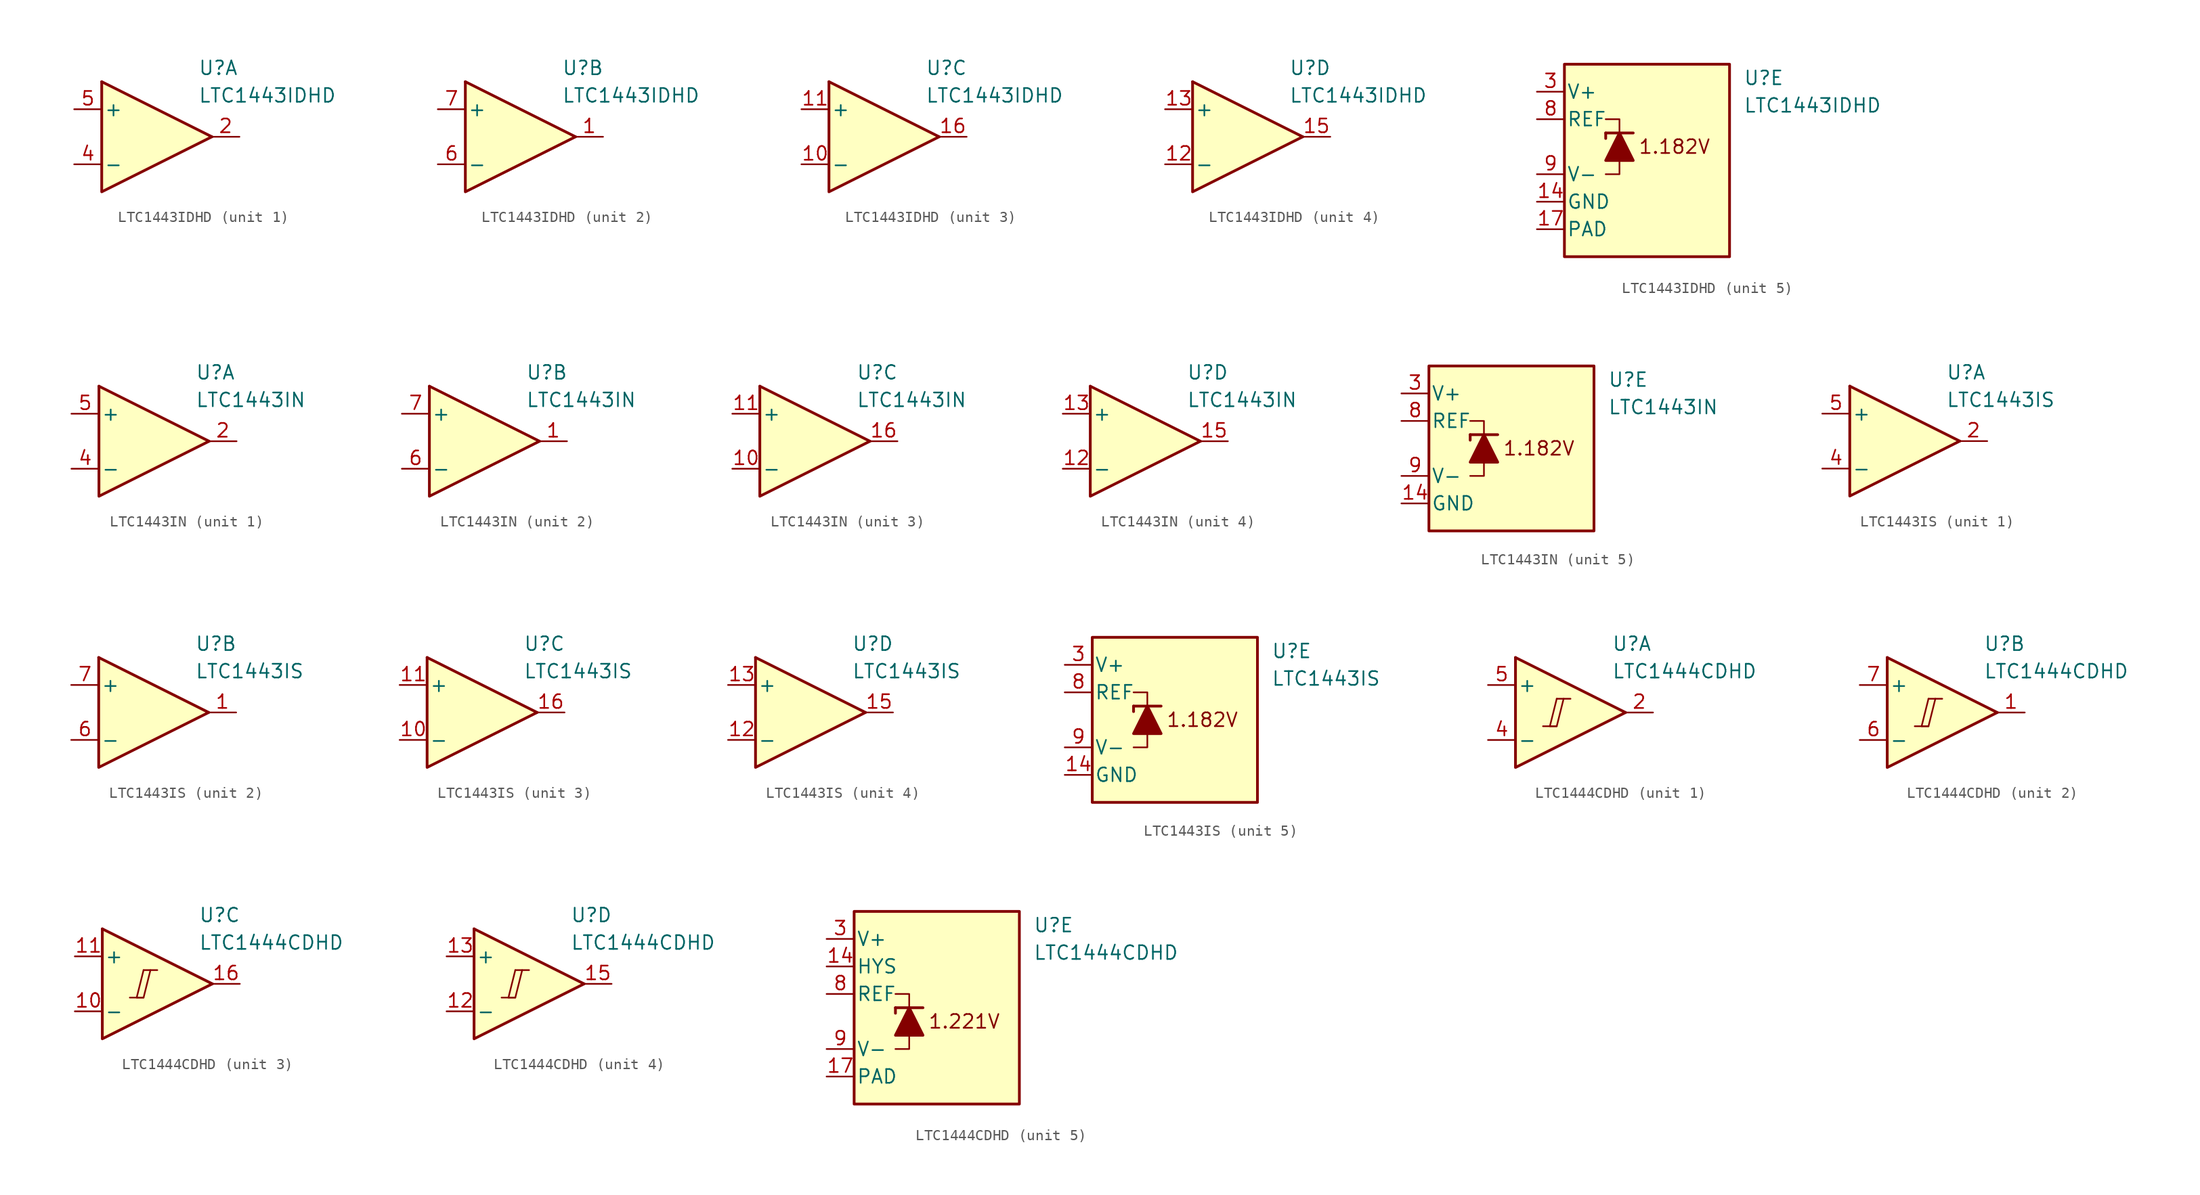
<source format=kicad_sym>
(kicad_symbol_lib
  (version 20231120)
  (generator "kicad_symbol_editor")
  (generator_version "8.0")
  (symbol "LTC1443IDHD"
    (pin_names
      (offset 0.2))
    (property "Reference" "U"
      (at 5.08 6.35 0)
      (effects (font (size 1.27 1.27)) (justify left)))
    (property "Value" "LTC1443IDHD"
      (at 5.08 3.81 0)
      (effects (font (size 1.27 1.27)) (justify left)))
    (property "ki_locked" ""
      (at 0 0 0)
      (effects (font (size 1.27 1.27))))
    (symbol "LTC1443IDHD_1_1"
      (polyline (pts (xy -3.81 5.08) (xy 6.35 0)) (stroke (width 0.254) (type default)) (fill (type none)))
      (polyline (pts (xy -3.81 5.08) (xy -3.81 -5.08) (xy 6.35 0)) (stroke (width 0.254) (type default)) (fill (type background)))
      (pin output line (at 8.89 0 180) (length 2.54) (name "~" (effects (font (size 1.27 1.27)))) (number "2" (effects (font (size 1.27 1.27)))))
      (pin input line (at -6.35 -2.54 0) (length 2.54) (name "-" (effects (font (size 1.27 1.27)))) (number "4" (effects (font (size 1.27 1.27)))))
      (pin input line (at -6.35 2.54 0) (length 2.54) (name "+" (effects (font (size 1.27 1.27)))) (number "5" (effects (font (size 1.27 1.27))))))
    (symbol "LTC1443IDHD_2_1"
      (polyline (pts (xy -3.81 5.08) (xy 6.35 0)) (stroke (width 0.254) (type default)) (fill (type none)))
      (polyline (pts (xy -3.81 5.08) (xy -3.81 -5.08) (xy 6.35 0)) (stroke (width 0.254) (type default)) (fill (type background)))
      (pin output line (at 8.89 0 180) (length 2.54) (name "~" (effects (font (size 1.27 1.27)))) (number "1" (effects (font (size 1.27 1.27)))))
      (pin input line (at -6.35 -2.54 0) (length 2.54) (name "-" (effects (font (size 1.27 1.27)))) (number "6" (effects (font (size 1.27 1.27)))))
      (pin input line (at -6.35 2.54 0) (length 2.54) (name "+" (effects (font (size 1.27 1.27)))) (number "7" (effects (font (size 1.27 1.27))))))
    (symbol "LTC1443IDHD_3_1"
      (polyline (pts (xy -3.81 5.08) (xy 6.35 0)) (stroke (width 0.254) (type default)) (fill (type none)))
      (polyline (pts (xy -3.81 5.08) (xy -3.81 -5.08) (xy 6.35 0)) (stroke (width 0.254) (type default)) (fill (type background)))
      (pin input line (at -6.35 -2.54 0) (length 2.54) (name "-" (effects (font (size 1.27 1.27)))) (number "10" (effects (font (size 1.27 1.27)))))
      (pin input line (at -6.35 2.54 0) (length 2.54) (name "+" (effects (font (size 1.27 1.27)))) (number "11" (effects (font (size 1.27 1.27)))))
      (pin output line (at 8.89 0 180) (length 2.54) (name "~" (effects (font (size 1.27 1.27)))) (number "16" (effects (font (size 1.27 1.27))))))
    (symbol "LTC1443IDHD_4_1"
      (polyline (pts (xy -3.81 5.08) (xy 6.35 0)) (stroke (width 0.254) (type default)) (fill (type none)))
      (polyline (pts (xy -3.81 5.08) (xy -3.81 -5.08) (xy 6.35 0)) (stroke (width 0.254) (type default)) (fill (type background)))
      (pin input line (at -6.35 -2.54 0) (length 2.54) (name "-" (effects (font (size 1.27 1.27)))) (number "12" (effects (font (size 1.27 1.27)))))
      (pin input line (at -6.35 2.54 0) (length 2.54) (name "+" (effects (font (size 1.27 1.27)))) (number "13" (effects (font (size 1.27 1.27)))))
      (pin output line (at 8.89 0 180) (length 2.54) (name "~" (effects (font (size 1.27 1.27)))) (number "15" (effects (font (size 1.27 1.27))))))
    (symbol "LTC1443IDHD_5_0"
      (text "1.182V" (at -1.27 0 0) (effects (font (size 1.27 1.27)))))
    (symbol "LTC1443IDHD_5_1"
      (rectangle (start -11.43 7.62) (end 3.81 -10.16) (stroke (width 0.254) (type default)) (fill (type background)))
      (polyline (pts (xy -7.62 1.27) (xy -7.62 0.762)) (stroke (width 0.254) (type default)) (fill (type none)))
      (polyline (pts (xy -7.62 1.27) (xy -5.08 1.27)) (stroke (width 0.254) (type default)) (fill (type none)))
      (polyline (pts (xy -6.35 -1.27) (xy -6.35 -2.54) (xy -7.62 -2.54)) (stroke (width 0) (type default)) (fill (type none)))
      (polyline (pts (xy -6.35 1.27) (xy -6.35 2.54) (xy -7.62 2.54)) (stroke (width 0) (type default)) (fill (type none)))
      (polyline (pts (xy -5.08 -1.27) (xy -7.62 -1.27) (xy -6.35 1.27) (xy -5.08 -1.27)) (stroke (width 0.254) (type default)) (fill (type outline)))
      (pin power_in line (at -13.97 -5.08 0) (length 2.54) (name "GND" (effects (font (size 1.27 1.27)))) (number "14" (effects (font (size 1.27 1.27)))))
      (pin power_in line (at -13.97 -7.62 0) (length 2.54) (name "PAD" (effects (font (size 1.27 1.27)))) (number "17" (effects (font (size 1.27 1.27)))))
      (pin power_in line (at -13.97 5.08 0) (length 2.54) (name "V+" (effects (font (size 1.27 1.27)))) (number "3" (effects (font (size 1.27 1.27)))))
      (pin output line (at -13.97 2.54 0) (length 2.54) (name "REF" (effects (font (size 1.27 1.27)))) (number "8" (effects (font (size 1.27 1.27)))))
      (pin power_in line (at -13.97 -2.54 0) (length 2.54) (name "V-" (effects (font (size 1.27 1.27)))) (number "9" (effects (font (size 1.27 1.27)))))))
  (symbol "LTC1443IN"
    (pin_names
      (offset 0.2))
    (property "Reference" "U"
      (at 5.08 6.35 0)
      (effects (font (size 1.27 1.27)) (justify left)))
    (property "Value" "LTC1443IN"
      (at 5.08 3.81 0)
      (effects (font (size 1.27 1.27)) (justify left)))
    (property "ki_locked" ""
      (at 0 0 0)
      (effects (font (size 1.27 1.27))))
    (symbol "LTC1443IN_1_1"
      (polyline (pts (xy -3.81 5.08) (xy 6.35 0)) (stroke (width 0.254) (type default)) (fill (type none)))
      (polyline (pts (xy -3.81 5.08) (xy -3.81 -5.08) (xy 6.35 0)) (stroke (width 0.254) (type default)) (fill (type background)))
      (pin output line (at 8.89 0 180) (length 2.54) (name "~" (effects (font (size 1.27 1.27)))) (number "2" (effects (font (size 1.27 1.27)))))
      (pin input line (at -6.35 -2.54 0) (length 2.54) (name "-" (effects (font (size 1.27 1.27)))) (number "4" (effects (font (size 1.27 1.27)))))
      (pin input line (at -6.35 2.54 0) (length 2.54) (name "+" (effects (font (size 1.27 1.27)))) (number "5" (effects (font (size 1.27 1.27))))))
    (symbol "LTC1443IN_2_1"
      (polyline (pts (xy -3.81 5.08) (xy 6.35 0)) (stroke (width 0.254) (type default)) (fill (type none)))
      (polyline (pts (xy -3.81 5.08) (xy -3.81 -5.08) (xy 6.35 0)) (stroke (width 0.254) (type default)) (fill (type background)))
      (pin output line (at 8.89 0 180) (length 2.54) (name "~" (effects (font (size 1.27 1.27)))) (number "1" (effects (font (size 1.27 1.27)))))
      (pin input line (at -6.35 -2.54 0) (length 2.54) (name "-" (effects (font (size 1.27 1.27)))) (number "6" (effects (font (size 1.27 1.27)))))
      (pin input line (at -6.35 2.54 0) (length 2.54) (name "+" (effects (font (size 1.27 1.27)))) (number "7" (effects (font (size 1.27 1.27))))))
    (symbol "LTC1443IN_3_1"
      (polyline (pts (xy -3.81 5.08) (xy 6.35 0)) (stroke (width 0.254) (type default)) (fill (type none)))
      (polyline (pts (xy -3.81 5.08) (xy -3.81 -5.08) (xy 6.35 0)) (stroke (width 0.254) (type default)) (fill (type background)))
      (pin input line (at -6.35 -2.54 0) (length 2.54) (name "-" (effects (font (size 1.27 1.27)))) (number "10" (effects (font (size 1.27 1.27)))))
      (pin input line (at -6.35 2.54 0) (length 2.54) (name "+" (effects (font (size 1.27 1.27)))) (number "11" (effects (font (size 1.27 1.27)))))
      (pin output line (at 8.89 0 180) (length 2.54) (name "~" (effects (font (size 1.27 1.27)))) (number "16" (effects (font (size 1.27 1.27))))))
    (symbol "LTC1443IN_4_1"
      (polyline (pts (xy -3.81 5.08) (xy 6.35 0)) (stroke (width 0.254) (type default)) (fill (type none)))
      (polyline (pts (xy -3.81 5.08) (xy -3.81 -5.08) (xy 6.35 0)) (stroke (width 0.254) (type default)) (fill (type background)))
      (pin input line (at -6.35 -2.54 0) (length 2.54) (name "-" (effects (font (size 1.27 1.27)))) (number "12" (effects (font (size 1.27 1.27)))))
      (pin input line (at -6.35 2.54 0) (length 2.54) (name "+" (effects (font (size 1.27 1.27)))) (number "13" (effects (font (size 1.27 1.27)))))
      (pin output line (at 8.89 0 180) (length 2.54) (name "~" (effects (font (size 1.27 1.27)))) (number "15" (effects (font (size 1.27 1.27))))))
    (symbol "LTC1443IN_5_0"
      (text "1.182V" (at -1.27 0 0) (effects (font (size 1.27 1.27)))))
    (symbol "LTC1443IN_5_1"
      (rectangle (start -11.43 7.62) (end 3.81 -7.62) (stroke (width 0.254) (type default)) (fill (type background)))
      (polyline (pts (xy -7.62 1.27) (xy -7.62 0.762)) (stroke (width 0.254) (type default)) (fill (type none)))
      (polyline (pts (xy -7.62 1.27) (xy -5.08 1.27)) (stroke (width 0.254) (type default)) (fill (type none)))
      (polyline (pts (xy -6.35 -1.27) (xy -6.35 -2.54) (xy -7.62 -2.54)) (stroke (width 0) (type default)) (fill (type none)))
      (polyline (pts (xy -6.35 1.27) (xy -6.35 2.54) (xy -7.62 2.54)) (stroke (width 0) (type default)) (fill (type none)))
      (polyline (pts (xy -5.08 -1.27) (xy -7.62 -1.27) (xy -6.35 1.27) (xy -5.08 -1.27)) (stroke (width 0.254) (type default)) (fill (type outline)))
      (pin power_in line (at -13.97 -5.08 0) (length 2.54) (name "GND" (effects (font (size 1.27 1.27)))) (number "14" (effects (font (size 1.27 1.27)))))
      (pin power_in line (at -13.97 5.08 0) (length 2.54) (name "V+" (effects (font (size 1.27 1.27)))) (number "3" (effects (font (size 1.27 1.27)))))
      (pin output line (at -13.97 2.54 0) (length 2.54) (name "REF" (effects (font (size 1.27 1.27)))) (number "8" (effects (font (size 1.27 1.27)))))
      (pin power_in line (at -13.97 -2.54 0) (length 2.54) (name "V-" (effects (font (size 1.27 1.27)))) (number "9" (effects (font (size 1.27 1.27)))))))
  (symbol "LTC1443IS"
    (pin_names
      (offset 0.2))
    (property "Reference" "U"
      (at 5.08 6.35 0)
      (effects (font (size 1.27 1.27)) (justify left)))
    (property "Value" "LTC1443IS"
      (at 5.08 3.81 0)
      (effects (font (size 1.27 1.27)) (justify left)))
    (property "ki_locked" ""
      (at 0 0 0)
      (effects (font (size 1.27 1.27))))
    (symbol "LTC1443IS_1_1"
      (polyline (pts (xy -3.81 5.08) (xy 6.35 0)) (stroke (width 0.254) (type default)) (fill (type none)))
      (polyline (pts (xy -3.81 5.08) (xy -3.81 -5.08) (xy 6.35 0)) (stroke (width 0.254) (type default)) (fill (type background)))
      (pin output line (at 8.89 0 180) (length 2.54) (name "~" (effects (font (size 1.27 1.27)))) (number "2" (effects (font (size 1.27 1.27)))))
      (pin input line (at -6.35 -2.54 0) (length 2.54) (name "-" (effects (font (size 1.27 1.27)))) (number "4" (effects (font (size 1.27 1.27)))))
      (pin input line (at -6.35 2.54 0) (length 2.54) (name "+" (effects (font (size 1.27 1.27)))) (number "5" (effects (font (size 1.27 1.27))))))
    (symbol "LTC1443IS_2_1"
      (polyline (pts (xy -3.81 5.08) (xy 6.35 0)) (stroke (width 0.254) (type default)) (fill (type none)))
      (polyline (pts (xy -3.81 5.08) (xy -3.81 -5.08) (xy 6.35 0)) (stroke (width 0.254) (type default)) (fill (type background)))
      (pin output line (at 8.89 0 180) (length 2.54) (name "~" (effects (font (size 1.27 1.27)))) (number "1" (effects (font (size 1.27 1.27)))))
      (pin input line (at -6.35 -2.54 0) (length 2.54) (name "-" (effects (font (size 1.27 1.27)))) (number "6" (effects (font (size 1.27 1.27)))))
      (pin input line (at -6.35 2.54 0) (length 2.54) (name "+" (effects (font (size 1.27 1.27)))) (number "7" (effects (font (size 1.27 1.27))))))
    (symbol "LTC1443IS_3_1"
      (polyline (pts (xy -3.81 5.08) (xy 6.35 0)) (stroke (width 0.254) (type default)) (fill (type none)))
      (polyline (pts (xy -3.81 5.08) (xy -3.81 -5.08) (xy 6.35 0)) (stroke (width 0.254) (type default)) (fill (type background)))
      (pin input line (at -6.35 -2.54 0) (length 2.54) (name "-" (effects (font (size 1.27 1.27)))) (number "10" (effects (font (size 1.27 1.27)))))
      (pin input line (at -6.35 2.54 0) (length 2.54) (name "+" (effects (font (size 1.27 1.27)))) (number "11" (effects (font (size 1.27 1.27)))))
      (pin output line (at 8.89 0 180) (length 2.54) (name "~" (effects (font (size 1.27 1.27)))) (number "16" (effects (font (size 1.27 1.27))))))
    (symbol "LTC1443IS_4_1"
      (polyline (pts (xy -3.81 5.08) (xy 6.35 0)) (stroke (width 0.254) (type default)) (fill (type none)))
      (polyline (pts (xy -3.81 5.08) (xy -3.81 -5.08) (xy 6.35 0)) (stroke (width 0.254) (type default)) (fill (type background)))
      (pin input line (at -6.35 -2.54 0) (length 2.54) (name "-" (effects (font (size 1.27 1.27)))) (number "12" (effects (font (size 1.27 1.27)))))
      (pin input line (at -6.35 2.54 0) (length 2.54) (name "+" (effects (font (size 1.27 1.27)))) (number "13" (effects (font (size 1.27 1.27)))))
      (pin output line (at 8.89 0 180) (length 2.54) (name "~" (effects (font (size 1.27 1.27)))) (number "15" (effects (font (size 1.27 1.27))))))
    (symbol "LTC1443IS_5_0"
      (text "1.182V" (at -1.27 0 0) (effects (font (size 1.27 1.27)))))
    (symbol "LTC1443IS_5_1"
      (rectangle (start -11.43 7.62) (end 3.81 -7.62) (stroke (width 0.254) (type default)) (fill (type background)))
      (polyline (pts (xy -7.62 1.27) (xy -7.62 0.762)) (stroke (width 0.254) (type default)) (fill (type none)))
      (polyline (pts (xy -7.62 1.27) (xy -5.08 1.27)) (stroke (width 0.254) (type default)) (fill (type none)))
      (polyline (pts (xy -6.35 -1.27) (xy -6.35 -2.54) (xy -7.62 -2.54)) (stroke (width 0) (type default)) (fill (type none)))
      (polyline (pts (xy -6.35 1.27) (xy -6.35 2.54) (xy -7.62 2.54)) (stroke (width 0) (type default)) (fill (type none)))
      (polyline (pts (xy -5.08 -1.27) (xy -7.62 -1.27) (xy -6.35 1.27) (xy -5.08 -1.27)) (stroke (width 0.254) (type default)) (fill (type outline)))
      (pin power_in line (at -13.97 -5.08 0) (length 2.54) (name "GND" (effects (font (size 1.27 1.27)))) (number "14" (effects (font (size 1.27 1.27)))))
      (pin power_in line (at -13.97 5.08 0) (length 2.54) (name "V+" (effects (font (size 1.27 1.27)))) (number "3" (effects (font (size 1.27 1.27)))))
      (pin output line (at -13.97 2.54 0) (length 2.54) (name "REF" (effects (font (size 1.27 1.27)))) (number "8" (effects (font (size 1.27 1.27)))))
      (pin power_in line (at -13.97 -2.54 0) (length 2.54) (name "V-" (effects (font (size 1.27 1.27)))) (number "9" (effects (font (size 1.27 1.27)))))))
  (symbol "LTC1444CDHD"
    (pin_names
      (offset 0.2))
    (property "Reference" "U"
      (at 5.08 6.35 0)
      (effects (font (size 1.27 1.27)) (justify left)))
    (property "Value" "LTC1444CDHD"
      (at 5.08 3.81 0)
      (effects (font (size 1.27 1.27)) (justify left)))
    (property "ki_locked" ""
      (at 0 0 0)
      (effects (font (size 1.27 1.27))))
    (symbol "LTC1444CDHD_1_0"
      (polyline (pts (xy -1.27 -1.27) (xy 0 -1.27)) (stroke (width 0.152) (type default)) (fill (type none)))
      (polyline (pts (xy 0 1.27) (xy 1.27 1.27)) (stroke (width 0.152) (type default)) (fill (type none)))
      (polyline (pts (xy 0 1.27) (xy -0.635 -1.27) (xy 0 -1.27) (xy 0.635 1.27)) (stroke (width 0.152) (type default)) (fill (type none))))
    (symbol "LTC1444CDHD_1_1"
      (polyline (pts (xy -3.81 5.08) (xy 6.35 0)) (stroke (width 0.254) (type default)) (fill (type none)))
      (polyline (pts (xy -3.81 5.08) (xy -3.81 -5.08) (xy 6.35 0)) (stroke (width 0.254) (type default)) (fill (type background)))
      (pin output line (at 8.89 0 180) (length 2.54) (name "~" (effects (font (size 1.27 1.27)))) (number "2" (effects (font (size 1.27 1.27)))))
      (pin input line (at -6.35 -2.54 0) (length 2.54) (name "-" (effects (font (size 1.27 1.27)))) (number "4" (effects (font (size 1.27 1.27)))))
      (pin input line (at -6.35 2.54 0) (length 2.54) (name "+" (effects (font (size 1.27 1.27)))) (number "5" (effects (font (size 1.27 1.27))))))
    (symbol "LTC1444CDHD_2_0"
      (polyline (pts (xy -1.27 -1.27) (xy 0 -1.27)) (stroke (width 0.152) (type default)) (fill (type none)))
      (polyline (pts (xy 0 1.27) (xy 1.27 1.27)) (stroke (width 0.152) (type default)) (fill (type none)))
      (polyline (pts (xy 0 1.27) (xy -0.635 -1.27) (xy 0 -1.27) (xy 0.635 1.27)) (stroke (width 0.152) (type default)) (fill (type none))))
    (symbol "LTC1444CDHD_2_1"
      (polyline (pts (xy -3.81 5.08) (xy 6.35 0)) (stroke (width 0.254) (type default)) (fill (type none)))
      (polyline (pts (xy -3.81 5.08) (xy -3.81 -5.08) (xy 6.35 0)) (stroke (width 0.254) (type default)) (fill (type background)))
      (pin output line (at 8.89 0 180) (length 2.54) (name "~" (effects (font (size 1.27 1.27)))) (number "1" (effects (font (size 1.27 1.27)))))
      (pin input line (at -6.35 -2.54 0) (length 2.54) (name "-" (effects (font (size 1.27 1.27)))) (number "6" (effects (font (size 1.27 1.27)))))
      (pin input line (at -6.35 2.54 0) (length 2.54) (name "+" (effects (font (size 1.27 1.27)))) (number "7" (effects (font (size 1.27 1.27))))))
    (symbol "LTC1444CDHD_3_0"
      (polyline (pts (xy -1.27 -1.27) (xy 0 -1.27)) (stroke (width 0.152) (type default)) (fill (type none)))
      (polyline (pts (xy 0 1.27) (xy 1.27 1.27)) (stroke (width 0.152) (type default)) (fill (type none)))
      (polyline (pts (xy 0 1.27) (xy -0.635 -1.27) (xy 0 -1.27) (xy 0.635 1.27)) (stroke (width 0.152) (type default)) (fill (type none))))
    (symbol "LTC1444CDHD_3_1"
      (polyline (pts (xy -3.81 5.08) (xy 6.35 0)) (stroke (width 0.254) (type default)) (fill (type none)))
      (polyline (pts (xy -3.81 5.08) (xy -3.81 -5.08) (xy 6.35 0)) (stroke (width 0.254) (type default)) (fill (type background)))
      (pin input line (at -6.35 -2.54 0) (length 2.54) (name "-" (effects (font (size 1.27 1.27)))) (number "10" (effects (font (size 1.27 1.27)))))
      (pin input line (at -6.35 2.54 0) (length 2.54) (name "+" (effects (font (size 1.27 1.27)))) (number "11" (effects (font (size 1.27 1.27)))))
      (pin output line (at 8.89 0 180) (length 2.54) (name "~" (effects (font (size 1.27 1.27)))) (number "16" (effects (font (size 1.27 1.27))))))
    (symbol "LTC1444CDHD_4_0"
      (polyline (pts (xy -1.27 -1.27) (xy 0 -1.27)) (stroke (width 0.152) (type default)) (fill (type none)))
      (polyline (pts (xy 0 1.27) (xy 1.27 1.27)) (stroke (width 0.152) (type default)) (fill (type none)))
      (polyline (pts (xy 0 1.27) (xy -0.635 -1.27) (xy 0 -1.27) (xy 0.635 1.27)) (stroke (width 0.152) (type default)) (fill (type none))))
    (symbol "LTC1444CDHD_4_1"
      (polyline (pts (xy -3.81 5.08) (xy 6.35 0)) (stroke (width 0.254) (type default)) (fill (type none)))
      (polyline (pts (xy -3.81 5.08) (xy -3.81 -5.08) (xy 6.35 0)) (stroke (width 0.254) (type default)) (fill (type background)))
      (pin input line (at -6.35 -2.54 0) (length 2.54) (name "-" (effects (font (size 1.27 1.27)))) (number "12" (effects (font (size 1.27 1.27)))))
      (pin input line (at -6.35 2.54 0) (length 2.54) (name "+" (effects (font (size 1.27 1.27)))) (number "13" (effects (font (size 1.27 1.27)))))
      (pin output line (at 8.89 0 180) (length 2.54) (name "~" (effects (font (size 1.27 1.27)))) (number "15" (effects (font (size 1.27 1.27))))))
    (symbol "LTC1444CDHD_5_0"
      (text "1.221V" (at -1.27 -2.54 0) (effects (font (size 1.27 1.27)))))
    (symbol "LTC1444CDHD_5_1"
      (rectangle (start -11.43 7.62) (end 3.81 -10.16) (stroke (width 0.254) (type default)) (fill (type background)))
      (polyline (pts (xy -7.62 -1.27) (xy -7.62 -1.778)) (stroke (width 0.254) (type default)) (fill (type none)))
      (polyline (pts (xy -7.62 -1.27) (xy -5.08 -1.27)) (stroke (width 0.254) (type default)) (fill (type none)))
      (polyline (pts (xy -6.35 -3.81) (xy -6.35 -5.08) (xy -7.62 -5.08)) (stroke (width 0) (type default)) (fill (type none)))
      (polyline (pts (xy -6.35 -1.27) (xy -6.35 0) (xy -7.62 0)) (stroke (width 0) (type default)) (fill (type none)))
      (polyline (pts (xy -5.08 -3.81) (xy -7.62 -3.81) (xy -6.35 -1.27) (xy -5.08 -3.81)) (stroke (width 0.254) (type default)) (fill (type outline)))
      (pin input line (at -13.97 2.54 0) (length 2.54) (name "HYS" (effects (font (size 1.27 1.27)))) (number "14" (effects (font (size 1.27 1.27)))))
      (pin power_in line (at -13.97 -7.62 0) (length 2.54) (name "PAD" (effects (font (size 1.27 1.27)))) (number "17" (effects (font (size 1.27 1.27)))))
      (pin power_in line (at -13.97 5.08 0) (length 2.54) (name "V+" (effects (font (size 1.27 1.27)))) (number "3" (effects (font (size 1.27 1.27)))))
      (pin output line (at -13.97 0 0) (length 2.54) (name "REF" (effects (font (size 1.27 1.27)))) (number "8" (effects (font (size 1.27 1.27)))))
      (pin power_in line (at -13.97 -5.08 0) (length 2.54) (name "V-" (effects (font (size 1.27 1.27)))) (number "9" (effects (font (size 1.27 1.27))))))))
</source>
